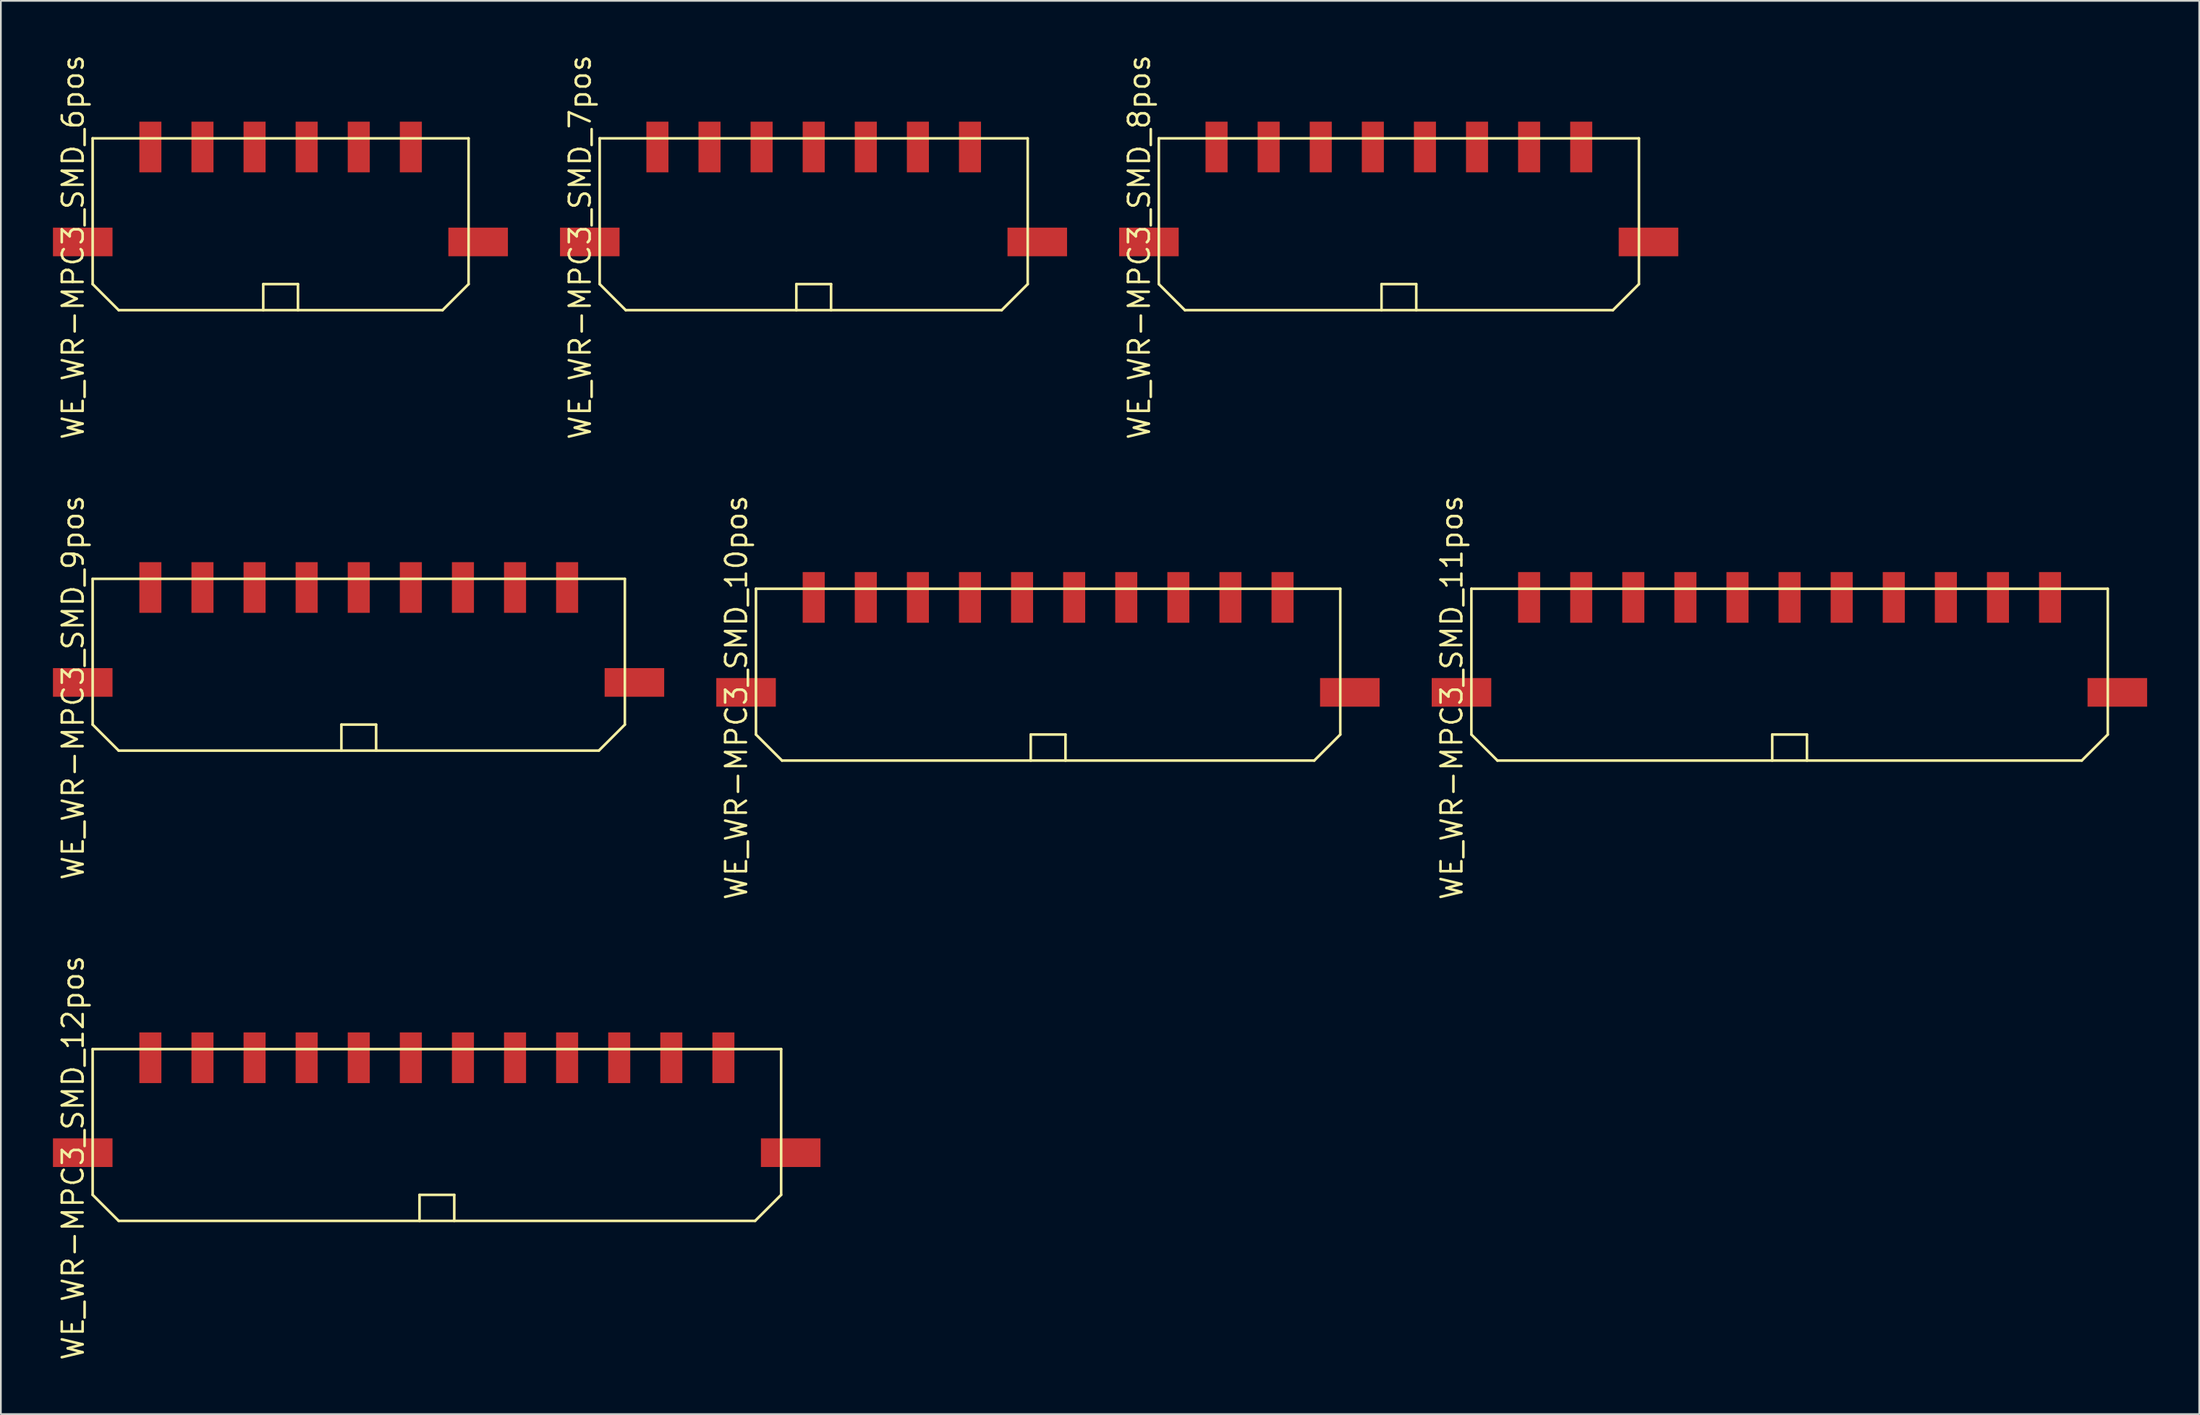
<source format=kicad_pcb>
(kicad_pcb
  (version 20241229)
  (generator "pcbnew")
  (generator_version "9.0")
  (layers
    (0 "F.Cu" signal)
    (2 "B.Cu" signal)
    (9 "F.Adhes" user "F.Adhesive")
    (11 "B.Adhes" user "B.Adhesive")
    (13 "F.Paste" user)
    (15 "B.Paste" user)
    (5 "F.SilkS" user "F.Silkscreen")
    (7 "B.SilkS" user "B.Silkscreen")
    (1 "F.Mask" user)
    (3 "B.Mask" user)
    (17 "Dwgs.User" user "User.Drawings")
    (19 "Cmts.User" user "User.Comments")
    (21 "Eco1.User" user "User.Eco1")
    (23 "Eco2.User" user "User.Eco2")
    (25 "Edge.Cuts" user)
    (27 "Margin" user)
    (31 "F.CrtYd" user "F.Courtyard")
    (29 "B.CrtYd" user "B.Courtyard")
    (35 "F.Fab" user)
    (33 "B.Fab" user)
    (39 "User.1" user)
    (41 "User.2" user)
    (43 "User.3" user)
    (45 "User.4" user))
  (footprint "WE_WR-MPC3_SMD_10pos"
    (layer "F.Cu")
    (at 57.31 31.374)
    (property "Reference" "WE_WR-MPC3_SMD_10pos" (at -17.95 5.77 270) (layer "F.SilkS") (effects (font (size 1.2 1.2) (thickness 0.15))))
    (attr through_hole)
    (fp_line (start -16.825 -0.5) (end -16.825 7.9) (stroke (width 0.15) (type solid)) (layer "F.SilkS"))
    (fp_line (start -16.825 -0.5) (end 16.825 -0.5) (stroke (width 0.15) (type solid)) (layer "F.SilkS"))
    (fp_line (start -16.825 7.9) (end -15.325 9.4) (stroke (width 0.15) (type solid)) (layer "F.SilkS"))
    (fp_line (start -1 7.9) (end 1 7.9) (stroke (width 0.15) (type solid)) (layer "F.SilkS"))
    (fp_line (start -1 9.4) (end -1 7.9) (stroke (width 0.15) (type solid)) (layer "F.SilkS"))
    (fp_line (start 1 7.9) (end 1 9.4) (stroke (width 0.15) (type solid)) (layer "F.SilkS"))
    (fp_line (start 15.325 9.4) (end -15.325 9.4) (stroke (width 0.15) (type solid)) (layer "F.SilkS"))
    (fp_line (start 16.825 -0.5) (end 16.825 7.9) (stroke (width 0.15) (type solid)) (layer "F.SilkS"))
    (fp_line (start 16.825 7.9) (end 15.325 9.4) (stroke (width 0.15) (type solid)) (layer "F.SilkS"))
    (pad "" smd rect (at -17.395 5.47) (size 3.43 1.65) (layers "F.Cu" "F.Mask" "F.Paste"))
    (pad "" smd rect (at 17.375 5.47) (size 3.43 1.65) (layers "F.Cu" "F.Mask" "F.Paste"))
    (pad "1" smd rect (at -13.5 0) (size 1.27 2.92) (layers "F.Cu" "F.Mask" "F.Paste"))
    (pad "2" smd rect (at -10.5 0) (size 1.27 2.92) (layers "F.Cu" "F.Mask" "F.Paste"))
    (pad "3" smd rect (at -7.5 0) (size 1.27 2.92) (layers "F.Cu" "F.Mask" "F.Paste"))
    (pad "4" smd rect (at -4.5 0) (size 1.27 2.92) (layers "F.Cu" "F.Mask" "F.Paste"))
    (pad "5" smd rect (at -1.5 0) (size 1.27 2.92) (layers "F.Cu" "F.Mask" "F.Paste"))
    (pad "6" smd rect (at 1.5 0) (size 1.27 2.92) (layers "F.Cu" "F.Mask" "F.Paste"))
    (pad "7" smd rect (at 4.5 0) (size 1.27 2.92) (layers "F.Cu" "F.Mask" "F.Paste"))
    (pad "8" smd rect (at 7.5 0) (size 1.27 2.92) (layers "F.Cu" "F.Mask" "F.Paste"))
    (pad "9" smd rect (at 10.5 0) (size 1.27 2.92) (layers "F.Cu" "F.Mask" "F.Paste"))
    (pad "10" smd rect (at 13.5 0) (size 1.27 2.92) (layers "F.Cu" "F.Mask" "F.Paste")))
  (footprint "WE_WR-MPC3_SMD_7pos"
    (layer "F.Cu")
    (at 43.81 5.421)
    (property "Reference" "WE_WR-MPC3_SMD_7pos" (at -13.45 5.77 270) (layer "F.SilkS") (effects (font (size 1.2 1.2) (thickness 0.15))))
    (attr through_hole)
    (fp_line (start -12.325 -0.5) (end -12.325 7.9) (stroke (width 0.15) (type solid)) (layer "F.SilkS"))
    (fp_line (start -12.325 -0.5) (end 12.325 -0.5) (stroke (width 0.15) (type solid)) (layer "F.SilkS"))
    (fp_line (start -12.325 7.9) (end -10.825 9.4) (stroke (width 0.15) (type solid)) (layer "F.SilkS"))
    (fp_line (start -1 7.9) (end 1 7.9) (stroke (width 0.15) (type solid)) (layer "F.SilkS"))
    (fp_line (start -1 9.4) (end -1 7.9) (stroke (width 0.15) (type solid)) (layer "F.SilkS"))
    (fp_line (start 1 7.9) (end 1 9.4) (stroke (width 0.15) (type solid)) (layer "F.SilkS"))
    (fp_line (start 10.825 9.4) (end -10.825 9.4) (stroke (width 0.15) (type solid)) (layer "F.SilkS"))
    (fp_line (start 12.325 -0.5) (end 12.325 7.9) (stroke (width 0.15) (type solid)) (layer "F.SilkS"))
    (fp_line (start 12.325 7.9) (end 10.825 9.4) (stroke (width 0.15) (type solid)) (layer "F.SilkS"))
    (pad "" smd rect (at -12.895 5.47) (size 3.43 1.65) (layers "F.Cu" "F.Mask" "F.Paste"))
    (pad "" smd rect (at 12.875 5.47) (size 3.43 1.65) (layers "F.Cu" "F.Mask" "F.Paste"))
    (pad "1" smd rect (at -9 0) (size 1.27 2.92) (layers "F.Cu" "F.Mask" "F.Paste"))
    (pad "2" smd rect (at -6 0) (size 1.27 2.92) (layers "F.Cu" "F.Mask" "F.Paste"))
    (pad "3" smd rect (at -3 0) (size 1.27 2.92) (layers "F.Cu" "F.Mask" "F.Paste"))
    (pad "4" smd rect (at 0 0) (size 1.27 2.92) (layers "F.Cu" "F.Mask" "F.Paste"))
    (pad "5" smd rect (at 3 0) (size 1.27 2.92) (layers "F.Cu" "F.Mask" "F.Paste"))
    (pad "6" smd rect (at 6 0) (size 1.27 2.92) (layers "F.Cu" "F.Mask" "F.Paste"))
    (pad "7" smd rect (at 9 0) (size 1.27 2.92) (layers "F.Cu" "F.Mask" "F.Paste")))
  (footprint "WE_WR-MPC3_SMD_8pos"
    (layer "F.Cu")
    (at 77.51 5.421)
    (property "Reference" "WE_WR-MPC3_SMD_8pos" (at -14.95 5.77 270) (layer "F.SilkS") (effects (font (size 1.2 1.2) (thickness 0.15))))
    (attr through_hole)
    (fp_line (start -13.825 -0.5) (end -13.825 7.9) (stroke (width 0.15) (type solid)) (layer "F.SilkS"))
    (fp_line (start -13.825 -0.5) (end 13.825 -0.5) (stroke (width 0.15) (type solid)) (layer "F.SilkS"))
    (fp_line (start -13.825 7.9) (end -12.325 9.4) (stroke (width 0.15) (type solid)) (layer "F.SilkS"))
    (fp_line (start -1 7.9) (end 1 7.9) (stroke (width 0.15) (type solid)) (layer "F.SilkS"))
    (fp_line (start -1 9.4) (end -1 7.9) (stroke (width 0.15) (type solid)) (layer "F.SilkS"))
    (fp_line (start 1 7.9) (end 1 9.4) (stroke (width 0.15) (type solid)) (layer "F.SilkS"))
    (fp_line (start 12.325 9.4) (end -12.325 9.4) (stroke (width 0.15) (type solid)) (layer "F.SilkS"))
    (fp_line (start 13.825 -0.5) (end 13.825 7.9) (stroke (width 0.15) (type solid)) (layer "F.SilkS"))
    (fp_line (start 13.825 7.9) (end 12.325 9.4) (stroke (width 0.15) (type solid)) (layer "F.SilkS"))
    (pad "" smd rect (at -14.395 5.47) (size 3.43 1.65) (layers "F.Cu" "F.Mask" "F.Paste"))
    (pad "" smd rect (at 14.375 5.47) (size 3.43 1.65) (layers "F.Cu" "F.Mask" "F.Paste"))
    (pad "1" smd rect (at -10.5 0) (size 1.27 2.92) (layers "F.Cu" "F.Mask" "F.Paste"))
    (pad "2" smd rect (at -7.5 0) (size 1.27 2.92) (layers "F.Cu" "F.Mask" "F.Paste"))
    (pad "3" smd rect (at -4.5 0) (size 1.27 2.92) (layers "F.Cu" "F.Mask" "F.Paste"))
    (pad "4" smd rect (at -1.5 0) (size 1.27 2.92) (layers "F.Cu" "F.Mask" "F.Paste"))
    (pad "5" smd rect (at 1.5 0) (size 1.27 2.92) (layers "F.Cu" "F.Mask" "F.Paste"))
    (pad "6" smd rect (at 4.5 0) (size 1.27 2.92) (layers "F.Cu" "F.Mask" "F.Paste"))
    (pad "7" smd rect (at 7.5 0) (size 1.27 2.92) (layers "F.Cu" "F.Mask" "F.Paste"))
    (pad "8" smd rect (at 10.5 0) (size 1.27 2.92) (layers "F.Cu" "F.Mask" "F.Paste")))
  (footprint "WE_WR-MPC3_SMD_6pos"
    (layer "F.Cu")
    (at 13.11 5.421)
    (property "Reference" "WE_WR-MPC3_SMD_6pos" (at -11.95 5.77 270) (layer "F.SilkS") (effects (font (size 1.2 1.2) (thickness 0.15))))
    (attr through_hole)
    (fp_line (start -10.825 -0.5) (end -10.825 7.9) (stroke (width 0.15) (type solid)) (layer "F.SilkS"))
    (fp_line (start -10.825 -0.5) (end 10.825 -0.5) (stroke (width 0.15) (type solid)) (layer "F.SilkS"))
    (fp_line (start -10.825 7.9) (end -9.325 9.4) (stroke (width 0.15) (type solid)) (layer "F.SilkS"))
    (fp_line (start -1 7.9) (end 1 7.9) (stroke (width 0.15) (type solid)) (layer "F.SilkS"))
    (fp_line (start -1 9.4) (end -1 7.9) (stroke (width 0.15) (type solid)) (layer "F.SilkS"))
    (fp_line (start 1 7.9) (end 1 9.4) (stroke (width 0.15) (type solid)) (layer "F.SilkS"))
    (fp_line (start 9.325 9.4) (end -9.325 9.4) (stroke (width 0.15) (type solid)) (layer "F.SilkS"))
    (fp_line (start 10.825 -0.5) (end 10.825 7.9) (stroke (width 0.15) (type solid)) (layer "F.SilkS"))
    (fp_line (start 10.825 7.9) (end 9.325 9.4) (stroke (width 0.15) (type solid)) (layer "F.SilkS"))
    (pad "" smd rect (at -11.395 5.47) (size 3.43 1.65) (layers "F.Cu" "F.Mask" "F.Paste"))
    (pad "" smd rect (at 11.375 5.47) (size 3.43 1.65) (layers "F.Cu" "F.Mask" "F.Paste"))
    (pad "1" smd rect (at -7.5 0) (size 1.27 2.92) (layers "F.Cu" "F.Mask" "F.Paste"))
    (pad "2" smd rect (at -4.5 0) (size 1.27 2.92) (layers "F.Cu" "F.Mask" "F.Paste"))
    (pad "3" smd rect (at -1.5 0) (size 1.27 2.92) (layers "F.Cu" "F.Mask" "F.Paste"))
    (pad "4" smd rect (at 1.5 0) (size 1.27 2.92) (layers "F.Cu" "F.Mask" "F.Paste"))
    (pad "5" smd rect (at 4.5 0) (size 1.27 2.92) (layers "F.Cu" "F.Mask" "F.Paste"))
    (pad "6" smd rect (at 7.5 0) (size 1.27 2.92) (layers "F.Cu" "F.Mask" "F.Paste")))
  (footprint "WE_WR-MPC3_SMD_9pos"
    (layer "F.Cu")
    (at 17.61 30.802)
    (property "Reference" "WE_WR-MPC3_SMD_9pos" (at -16.45 5.77 270) (layer "F.SilkS") (effects (font (size 1.2 1.2) (thickness 0.15))))
    (attr through_hole)
    (fp_line (start -15.325 -0.5) (end -15.325 7.9) (stroke (width 0.15) (type solid)) (layer "F.SilkS"))
    (fp_line (start -15.325 -0.5) (end 15.325 -0.5) (stroke (width 0.15) (type solid)) (layer "F.SilkS"))
    (fp_line (start -15.325 7.9) (end -13.825 9.4) (stroke (width 0.15) (type solid)) (layer "F.SilkS"))
    (fp_line (start -1 7.9) (end 1 7.9) (stroke (width 0.15) (type solid)) (layer "F.SilkS"))
    (fp_line (start -1 9.4) (end -1 7.9) (stroke (width 0.15) (type solid)) (layer "F.SilkS"))
    (fp_line (start 1 7.9) (end 1 9.4) (stroke (width 0.15) (type solid)) (layer "F.SilkS"))
    (fp_line (start 13.825 9.4) (end -13.825 9.4) (stroke (width 0.15) (type solid)) (layer "F.SilkS"))
    (fp_line (start 15.325 -0.5) (end 15.325 7.9) (stroke (width 0.15) (type solid)) (layer "F.SilkS"))
    (fp_line (start 15.325 7.9) (end 13.825 9.4) (stroke (width 0.15) (type solid)) (layer "F.SilkS"))
    (pad "" smd rect (at -15.895 5.47) (size 3.43 1.65) (layers "F.Cu" "F.Mask" "F.Paste"))
    (pad "" smd rect (at 15.875 5.47) (size 3.43 1.65) (layers "F.Cu" "F.Mask" "F.Paste"))
    (pad "1" smd rect (at -12 0) (size 1.27 2.92) (layers "F.Cu" "F.Mask" "F.Paste"))
    (pad "2" smd rect (at -9 0) (size 1.27 2.92) (layers "F.Cu" "F.Mask" "F.Paste"))
    (pad "3" smd rect (at -6 0) (size 1.27 2.92) (layers "F.Cu" "F.Mask" "F.Paste"))
    (pad "4" smd rect (at -3 0) (size 1.27 2.92) (layers "F.Cu" "F.Mask" "F.Paste"))
    (pad "5" smd rect (at 0 0) (size 1.27 2.92) (layers "F.Cu" "F.Mask" "F.Paste"))
    (pad "6" smd rect (at 3 0) (size 1.27 2.92) (layers "F.Cu" "F.Mask" "F.Paste"))
    (pad "7" smd rect (at 6 0) (size 1.27 2.92) (layers "F.Cu" "F.Mask" "F.Paste"))
    (pad "8" smd rect (at 9 0) (size 1.27 2.92) (layers "F.Cu" "F.Mask" "F.Paste"))
    (pad "9" smd rect (at 12 0) (size 1.27 2.92) (layers "F.Cu" "F.Mask" "F.Paste")))
  (footprint "WE_WR-MPC3_SMD_11pos"
    (layer "F.Cu")
    (at 100.01 31.374)
    (property "Reference" "WE_WR-MPC3_SMD_11pos" (at -19.45 5.77 270) (layer "F.SilkS") (effects (font (size 1.2 1.2) (thickness 0.15))))
    (attr through_hole)
    (fp_line (start -18.325 -0.5) (end -18.325 7.9) (stroke (width 0.15) (type solid)) (layer "F.SilkS"))
    (fp_line (start -18.325 -0.5) (end 18.325 -0.5) (stroke (width 0.15) (type solid)) (layer "F.SilkS"))
    (fp_line (start -18.325 7.9) (end -16.825 9.4) (stroke (width 0.15) (type solid)) (layer "F.SilkS"))
    (fp_line (start -1 7.9) (end 1 7.9) (stroke (width 0.15) (type solid)) (layer "F.SilkS"))
    (fp_line (start -1 9.4) (end -1 7.9) (stroke (width 0.15) (type solid)) (layer "F.SilkS"))
    (fp_line (start 1 7.9) (end 1 9.4) (stroke (width 0.15) (type solid)) (layer "F.SilkS"))
    (fp_line (start 16.825 9.4) (end -16.825 9.4) (stroke (width 0.15) (type solid)) (layer "F.SilkS"))
    (fp_line (start 18.325 -0.5) (end 18.325 7.9) (stroke (width 0.15) (type solid)) (layer "F.SilkS"))
    (fp_line (start 18.325 7.9) (end 16.825 9.4) (stroke (width 0.15) (type solid)) (layer "F.SilkS"))
    (pad "" smd rect (at -18.895 5.47) (size 3.43 1.65) (layers "F.Cu" "F.Mask" "F.Paste"))
    (pad "" smd rect (at 18.875 5.47) (size 3.43 1.65) (layers "F.Cu" "F.Mask" "F.Paste"))
    (pad "1" smd rect (at -15 0) (size 1.27 2.92) (layers "F.Cu" "F.Mask" "F.Paste"))
    (pad "2" smd rect (at -12 0) (size 1.27 2.92) (layers "F.Cu" "F.Mask" "F.Paste"))
    (pad "3" smd rect (at -9 0) (size 1.27 2.92) (layers "F.Cu" "F.Mask" "F.Paste"))
    (pad "4" smd rect (at -6 0) (size 1.27 2.92) (layers "F.Cu" "F.Mask" "F.Paste"))
    (pad "5" smd rect (at -3 0) (size 1.27 2.92) (layers "F.Cu" "F.Mask" "F.Paste"))
    (pad "6" smd rect (at 0 0) (size 1.27 2.92) (layers "F.Cu" "F.Mask" "F.Paste"))
    (pad "7" smd rect (at 3 0) (size 1.27 2.92) (layers "F.Cu" "F.Mask" "F.Paste"))
    (pad "8" smd rect (at 6 0) (size 1.27 2.92) (layers "F.Cu" "F.Mask" "F.Paste"))
    (pad "9" smd rect (at 9 0) (size 1.27 2.92) (layers "F.Cu" "F.Mask" "F.Paste"))
    (pad "10" smd rect (at 12 0) (size 1.27 2.92) (layers "F.Cu" "F.Mask" "F.Paste"))
    (pad "11" smd rect (at 15 0) (size 1.27 2.92) (layers "F.Cu" "F.Mask" "F.Paste")))
  (footprint "WE_WR-MPC3_SMD_12pos"
    (layer "F.Cu")
    (at 22.11 57.898)
    (property "Reference" "WE_WR-MPC3_SMD_12pos" (at -20.95 5.77 270) (layer "F.SilkS") (effects (font (size 1.2 1.2) (thickness 0.15))))
    (attr through_hole)
    (fp_line (start -19.825 -0.5) (end -19.825 7.9) (stroke (width 0.15) (type solid)) (layer "F.SilkS"))
    (fp_line (start -19.825 -0.5) (end 19.825 -0.5) (stroke (width 0.15) (type solid)) (layer "F.SilkS"))
    (fp_line (start -19.825 7.9) (end -18.325 9.4) (stroke (width 0.15) (type solid)) (layer "F.SilkS"))
    (fp_line (start -1 7.9) (end 1 7.9) (stroke (width 0.15) (type solid)) (layer "F.SilkS"))
    (fp_line (start -1 9.4) (end -1 7.9) (stroke (width 0.15) (type solid)) (layer "F.SilkS"))
    (fp_line (start 1 7.9) (end 1 9.4) (stroke (width 0.15) (type solid)) (layer "F.SilkS"))
    (fp_line (start 18.325 9.4) (end -18.325 9.4) (stroke (width 0.15) (type solid)) (layer "F.SilkS"))
    (fp_line (start 19.825 -0.5) (end 19.825 7.9) (stroke (width 0.15) (type solid)) (layer "F.SilkS"))
    (fp_line (start 19.825 7.9) (end 18.325 9.4) (stroke (width 0.15) (type solid)) (layer "F.SilkS"))
    (pad "" smd rect (at -20.395 5.47) (size 3.43 1.65) (layers "F.Cu" "F.Mask" "F.Paste"))
    (pad "" smd rect (at 20.375 5.47) (size 3.43 1.65) (layers "F.Cu" "F.Mask" "F.Paste"))
    (pad "1" smd rect (at -16.5 0) (size 1.27 2.92) (layers "F.Cu" "F.Mask" "F.Paste"))
    (pad "2" smd rect (at -13.5 0) (size 1.27 2.92) (layers "F.Cu" "F.Mask" "F.Paste"))
    (pad "3" smd rect (at -10.5 0) (size 1.27 2.92) (layers "F.Cu" "F.Mask" "F.Paste"))
    (pad "4" smd rect (at -7.5 0) (size 1.27 2.92) (layers "F.Cu" "F.Mask" "F.Paste"))
    (pad "5" smd rect (at -4.5 0) (size 1.27 2.92) (layers "F.Cu" "F.Mask" "F.Paste"))
    (pad "6" smd rect (at -1.5 0) (size 1.27 2.92) (layers "F.Cu" "F.Mask" "F.Paste"))
    (pad "7" smd rect (at 1.5 0) (size 1.27 2.92) (layers "F.Cu" "F.Mask" "F.Paste"))
    (pad "8" smd rect (at 4.5 0) (size 1.27 2.92) (layers "F.Cu" "F.Mask" "F.Paste"))
    (pad "9" smd rect (at 7.5 0) (size 1.27 2.92) (layers "F.Cu" "F.Mask" "F.Paste"))
    (pad "10" smd rect (at 10.5 0) (size 1.27 2.92) (layers "F.Cu" "F.Mask" "F.Paste"))
    (pad "11" smd rect (at 13.5 0) (size 1.27 2.92) (layers "F.Cu" "F.Mask" "F.Paste"))
    (pad "12" smd rect (at 16.5 0) (size 1.27 2.92) (layers "F.Cu" "F.Mask" "F.Paste")))
  (gr_rect
    (start -3 -3)
    (end 123.6 78.43)
    (stroke (width 0.1) (type default))
    (fill no)
    (layer "Edge.Cuts")))
</source>
